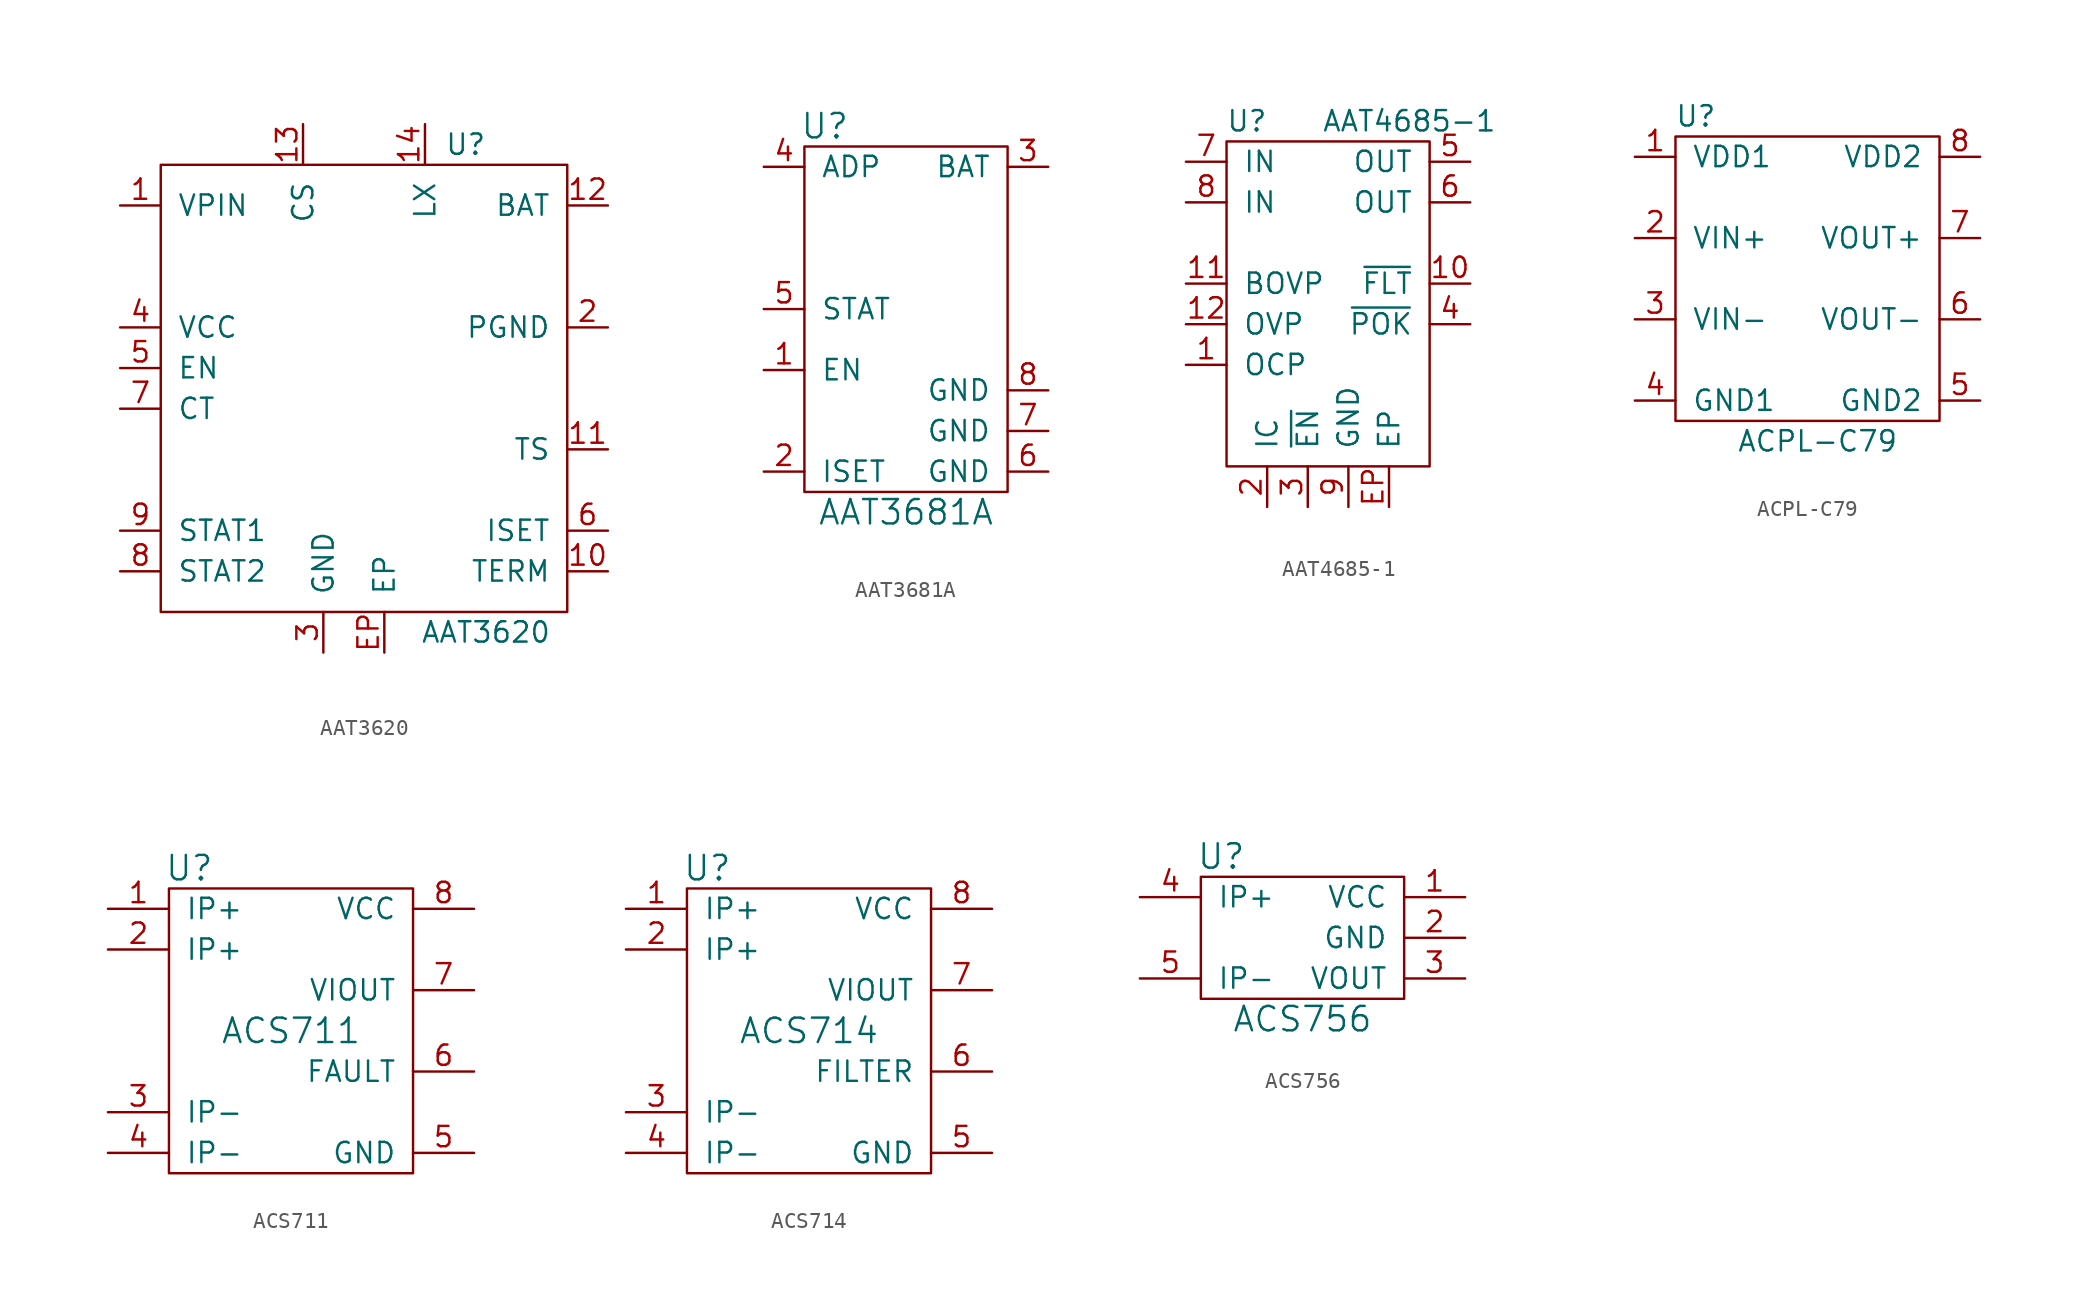
<source format=kicad_sym>
(kicad_symbol_lib
  (version 20211014)
  (generator kicad_symbol_editor)
  (symbol "AAT3620"
    (pin_names
      (offset 1.016))
    (property "Reference" "U"
      (at 6.35 15.24 0)
      (effects (font (size 1.27 1.27))))
    (property "Value" "AAT3620"
      (at 7.62 -15.24 0)
      (effects (font (size 1.27 1.27))))
    (symbol "AAT3620_0_1"
      (rectangle (start -12.7 13.97) (end 12.7 -13.97) (stroke (width 0) (type default) (color 0 0 0 0)) (fill (type none))))
    (symbol "AAT3620_1_1"
      (pin passive line (at -15.24 11.43 0) (length 2.54) (name "VPIN" (effects (font (size 1.27 1.27)))) (number "1" (effects (font (size 1.27 1.27)))))
      (pin passive line (at 15.24 -11.43 180) (length 2.54) (name "TERM" (effects (font (size 1.27 1.27)))) (number "10" (effects (font (size 1.27 1.27)))))
      (pin passive line (at 15.24 -3.81 180) (length 2.54) (name "TS" (effects (font (size 1.27 1.27)))) (number "11" (effects (font (size 1.27 1.27)))))
      (pin passive line (at 15.24 11.43 180) (length 2.54) (name "BAT" (effects (font (size 1.27 1.27)))) (number "12" (effects (font (size 1.27 1.27)))))
      (pin passive line (at -3.81 16.51 270) (length 2.54) (name "CS" (effects (font (size 1.27 1.27)))) (number "13" (effects (font (size 1.27 1.27)))))
      (pin passive line (at 3.81 16.51 270) (length 2.54) (name "LX" (effects (font (size 1.27 1.27)))) (number "14" (effects (font (size 1.27 1.27)))))
      (pin passive line (at 15.24 3.81 180) (length 2.54) (name "PGND" (effects (font (size 1.27 1.27)))) (number "2" (effects (font (size 1.27 1.27)))))
      (pin passive line (at -2.54 -16.51 90) (length 2.54) (name "GND" (effects (font (size 1.27 1.27)))) (number "3" (effects (font (size 1.27 1.27)))))
      (pin passive line (at -15.24 3.81 0) (length 2.54) (name "VCC" (effects (font (size 1.27 1.27)))) (number "4" (effects (font (size 1.27 1.27)))))
      (pin passive line (at -15.24 1.27 0) (length 2.54) (name "EN" (effects (font (size 1.27 1.27)))) (number "5" (effects (font (size 1.27 1.27)))))
      (pin passive line (at 15.24 -8.89 180) (length 2.54) (name "ISET" (effects (font (size 1.27 1.27)))) (number "6" (effects (font (size 1.27 1.27)))))
      (pin passive line (at -15.24 -1.27 0) (length 2.54) (name "CT" (effects (font (size 1.27 1.27)))) (number "7" (effects (font (size 1.27 1.27)))))
      (pin passive line (at -15.24 -11.43 0) (length 2.54) (name "STAT2" (effects (font (size 1.27 1.27)))) (number "8" (effects (font (size 1.27 1.27)))))
      (pin passive line (at -15.24 -8.89 0) (length 2.54) (name "STAT1" (effects (font (size 1.27 1.27)))) (number "9" (effects (font (size 1.27 1.27)))))
      (pin input line (at 1.27 -16.51 90) (length 2.54) (name "EP" (effects (font (size 1.27 1.27)))) (number "EP" (effects (font (size 1.27 1.27)))))))
  (symbol "AAT3681A"
    (pin_names
      (offset 1.016))
    (property "Reference" "U"
      (at -5.08 11.43 0)
      (effects (font (size 1.524 1.524))))
    (property "Value" "AAT3681A"
      (at 0 -12.7 0)
      (effects (font (size 1.524 1.524))))
    (property "Footprint" ""
      (at 0 0 0)
      (effects (font (size 1.524 1.524))))
    (property "Datasheet" ""
      (at 0 0 0)
      (effects (font (size 1.524 1.524))))
    (symbol "AAT3681A_0_1"
      (rectangle (start -6.35 10.16) (end 6.35 -11.43) (stroke (width 0) (type default) (color 0 0 0 0)) (fill (type none))))
    (symbol "AAT3681A_1_1"
      (pin passive line (at -8.89 -3.81 0) (length 2.54) (name "EN" (effects (font (size 1.27 1.27)))) (number "1" (effects (font (size 1.27 1.27)))))
      (pin passive line (at -8.89 -10.16 0) (length 2.54) (name "ISET" (effects (font (size 1.27 1.27)))) (number "2" (effects (font (size 1.27 1.27)))))
      (pin passive line (at 8.89 8.89 180) (length 2.54) (name "BAT" (effects (font (size 1.27 1.27)))) (number "3" (effects (font (size 1.27 1.27)))))
      (pin input line (at -8.89 8.89 0) (length 2.54) (name "ADP" (effects (font (size 1.27 1.27)))) (number "4" (effects (font (size 1.27 1.27)))))
      (pin passive line (at -8.89 0 0) (length 2.54) (name "STAT" (effects (font (size 1.27 1.27)))) (number "5" (effects (font (size 1.27 1.27)))))
      (pin passive line (at 8.89 -10.16 180) (length 2.54) (name "GND" (effects (font (size 1.27 1.27)))) (number "6" (effects (font (size 1.27 1.27)))))
      (pin passive line (at 8.89 -7.62 180) (length 2.54) (name "GND" (effects (font (size 1.27 1.27)))) (number "7" (effects (font (size 1.27 1.27)))))
      (pin passive line (at 8.89 -5.08 180) (length 2.54) (name "GND" (effects (font (size 1.27 1.27)))) (number "8" (effects (font (size 1.27 1.27)))))))
  (symbol "AAT4685-1"
    (pin_names
      (offset 1.016))
    (property "Reference" "U"
      (at -5.08 11.43 0)
      (effects (font (size 1.27 1.27))))
    (property "Value" "AAT4685-1"
      (at 5.08 11.43 0)
      (effects (font (size 1.27 1.27))))
    (symbol "AAT4685-1_0_1"
      (rectangle (start -6.35 10.16) (end 6.35 -10.16) (stroke (width 0) (type default) (color 0 0 0 0)) (fill (type none))))
    (symbol "AAT4685-1_1_1"
      (pin passive line (at -8.89 -3.81 0) (length 2.54) (name "OCP" (effects (font (size 1.27 1.27)))) (number "1" (effects (font (size 1.27 1.27)))))
      (pin passive line (at 8.89 1.27 180) (length 2.54) (name "~{FLT}" (effects (font (size 1.27 1.27)))) (number "10" (effects (font (size 1.27 1.27)))))
      (pin passive line (at -8.89 1.27 0) (length 2.54) (name "BOVP" (effects (font (size 1.27 1.27)))) (number "11" (effects (font (size 1.27 1.27)))))
      (pin passive line (at -8.89 -1.27 0) (length 2.54) (name "OVP" (effects (font (size 1.27 1.27)))) (number "12" (effects (font (size 1.27 1.27)))))
      (pin passive line (at -3.81 -12.7 90) (length 2.54) (name "IC" (effects (font (size 1.27 1.27)))) (number "2" (effects (font (size 1.27 1.27)))))
      (pin passive line (at -1.27 -12.7 90) (length 2.54) (name "~{EN}" (effects (font (size 1.27 1.27)))) (number "3" (effects (font (size 1.27 1.27)))))
      (pin passive line (at 8.89 -1.27 180) (length 2.54) (name "~{POK}" (effects (font (size 1.27 1.27)))) (number "4" (effects (font (size 1.27 1.27)))))
      (pin passive line (at 8.89 8.89 180) (length 2.54) (name "OUT" (effects (font (size 1.27 1.27)))) (number "5" (effects (font (size 1.27 1.27)))))
      (pin passive line (at 8.89 6.35 180) (length 2.54) (name "OUT" (effects (font (size 1.27 1.27)))) (number "6" (effects (font (size 1.27 1.27)))))
      (pin passive line (at -8.89 8.89 0) (length 2.54) (name "IN" (effects (font (size 1.27 1.27)))) (number "7" (effects (font (size 1.27 1.27)))))
      (pin passive line (at -8.89 6.35 0) (length 2.54) (name "IN" (effects (font (size 1.27 1.27)))) (number "8" (effects (font (size 1.27 1.27)))))
      (pin passive line (at 1.27 -12.7 90) (length 2.54) (name "GND" (effects (font (size 1.27 1.27)))) (number "9" (effects (font (size 1.27 1.27)))))
      (pin passive line (at 3.81 -12.7 90) (length 2.54) (name "EP" (effects (font (size 1.27 1.27)))) (number "EP" (effects (font (size 1.27 1.27)))))))
  (symbol "ACPL-C79"
    (pin_names
      (offset 1.016))
    (property "Reference" "U"
      (at -7.62 10.16 0)
      (effects (font (size 1.27 1.27))))
    (property "Value" "ACPL-C79"
      (at 0 -10.16 0)
      (effects (font (size 1.27 1.27))))
    (symbol "ACPL-C79_0_1"
      (rectangle (start -8.89 8.89) (end 7.62 -8.89) (stroke (width 0) (type default) (color 0 0 0 0)) (fill (type none))))
    (symbol "ACPL-C79_1_1"
      (pin passive line (at -11.43 7.62 0) (length 2.54) (name "VDD1" (effects (font (size 1.27 1.27)))) (number "1" (effects (font (size 1.27 1.27)))))
      (pin passive line (at -11.43 2.54 0) (length 2.54) (name "VIN+" (effects (font (size 1.27 1.27)))) (number "2" (effects (font (size 1.27 1.27)))))
      (pin passive line (at -11.43 -2.54 0) (length 2.54) (name "VIN-" (effects (font (size 1.27 1.27)))) (number "3" (effects (font (size 1.27 1.27)))))
      (pin passive line (at -11.43 -7.62 0) (length 2.54) (name "GND1" (effects (font (size 1.27 1.27)))) (number "4" (effects (font (size 1.27 1.27)))))
      (pin passive line (at 10.16 -7.62 180) (length 2.54) (name "GND2" (effects (font (size 1.27 1.27)))) (number "5" (effects (font (size 1.27 1.27)))))
      (pin passive line (at 10.16 -2.54 180) (length 2.54) (name "VOUT-" (effects (font (size 1.27 1.27)))) (number "6" (effects (font (size 1.27 1.27)))))
      (pin passive line (at 10.16 2.54 180) (length 2.54) (name "VOUT+" (effects (font (size 1.27 1.27)))) (number "7" (effects (font (size 1.27 1.27)))))
      (pin passive line (at 10.16 7.62 180) (length 2.54) (name "VDD2" (effects (font (size 1.27 1.27)))) (number "8" (effects (font (size 1.27 1.27)))))))
  (symbol "ACS711"
    (pin_names
      (offset 1.016))
    (property "Reference" "U"
      (at -6.35 10.16 0)
      (effects (font (size 1.524 1.524))))
    (property "Value" "ACS711"
      (at 0 0 0)
      (effects (font (size 1.524 1.524))))
    (property "Footprint" ""
      (at 0 0 0)
      (effects (font (size 1.524 1.524))))
    (property "Datasheet" ""
      (at 0 0 0)
      (effects (font (size 1.524 1.524))))
    (symbol "ACS711_0_1"
      (rectangle (start -7.62 8.89) (end 7.62 -8.89) (stroke (width 0) (type default) (color 0 0 0 0)) (fill (type none))))
    (symbol "ACS711_1_1"
      (pin passive line (at -11.43 7.62 0) (length 3.81) (name "IP+" (effects (font (size 1.27 1.27)))) (number "1" (effects (font (size 1.27 1.27)))))
      (pin passive line (at -11.43 5.08 0) (length 3.81) (name "IP+" (effects (font (size 1.27 1.27)))) (number "2" (effects (font (size 1.27 1.27)))))
      (pin passive line (at -11.43 -5.08 0) (length 3.81) (name "IP-" (effects (font (size 1.27 1.27)))) (number "3" (effects (font (size 1.27 1.27)))))
      (pin passive line (at -11.43 -7.62 0) (length 3.81) (name "IP-" (effects (font (size 1.27 1.27)))) (number "4" (effects (font (size 1.27 1.27)))))
      (pin passive line (at 11.43 -7.62 180) (length 3.81) (name "GND" (effects (font (size 1.27 1.27)))) (number "5" (effects (font (size 1.27 1.27)))))
      (pin passive line (at 11.43 -2.54 180) (length 3.81) (name "FAULT" (effects (font (size 1.27 1.27)))) (number "6" (effects (font (size 1.27 1.27)))))
      (pin passive line (at 11.43 2.54 180) (length 3.81) (name "VIOUT" (effects (font (size 1.27 1.27)))) (number "7" (effects (font (size 1.27 1.27)))))
      (pin passive line (at 11.43 7.62 180) (length 3.81) (name "VCC" (effects (font (size 1.27 1.27)))) (number "8" (effects (font (size 1.27 1.27)))))))
  (symbol "ACS714"
    (pin_names
      (offset 1.016))
    (property "Reference" "U"
      (at -6.35 10.16 0)
      (effects (font (size 1.524 1.524))))
    (property "Value" "ACS714"
      (at 0 0 0)
      (effects (font (size 1.524 1.524))))
    (property "Footprint" ""
      (at 0 0 0)
      (effects (font (size 1.524 1.524))))
    (property "Datasheet" ""
      (at 0 0 0)
      (effects (font (size 1.524 1.524))))
    (symbol "ACS714_0_1"
      (rectangle (start -7.62 8.89) (end 7.62 -8.89) (stroke (width 0) (type default) (color 0 0 0 0)) (fill (type none))))
    (symbol "ACS714_1_1"
      (pin passive line (at -11.43 7.62 0) (length 3.81) (name "IP+" (effects (font (size 1.27 1.27)))) (number "1" (effects (font (size 1.27 1.27)))))
      (pin passive line (at -11.43 5.08 0) (length 3.81) (name "IP+" (effects (font (size 1.27 1.27)))) (number "2" (effects (font (size 1.27 1.27)))))
      (pin passive line (at -11.43 -5.08 0) (length 3.81) (name "IP-" (effects (font (size 1.27 1.27)))) (number "3" (effects (font (size 1.27 1.27)))))
      (pin passive line (at -11.43 -7.62 0) (length 3.81) (name "IP-" (effects (font (size 1.27 1.27)))) (number "4" (effects (font (size 1.27 1.27)))))
      (pin passive line (at 11.43 -7.62 180) (length 3.81) (name "GND" (effects (font (size 1.27 1.27)))) (number "5" (effects (font (size 1.27 1.27)))))
      (pin passive line (at 11.43 -2.54 180) (length 3.81) (name "FILTER" (effects (font (size 1.27 1.27)))) (number "6" (effects (font (size 1.27 1.27)))))
      (pin passive line (at 11.43 2.54 180) (length 3.81) (name "VIOUT" (effects (font (size 1.27 1.27)))) (number "7" (effects (font (size 1.27 1.27)))))
      (pin passive line (at 11.43 7.62 180) (length 3.81) (name "VCC" (effects (font (size 1.27 1.27)))) (number "8" (effects (font (size 1.27 1.27)))))))
  (symbol "ACS756"
    (pin_names
      (offset 1.016))
    (property "Reference" "U"
      (at -5.08 11.43 0)
      (effects (font (size 1.524 1.524))))
    (property "Value" "ACS756"
      (at 0 1.27 0)
      (effects (font (size 1.524 1.524))))
    (property "Footprint" ""
      (at 0 0 0)
      (effects (font (size 1.524 1.524))))
    (property "Datasheet" ""
      (at 0 0 0)
      (effects (font (size 1.524 1.524))))
    (symbol "ACS756_0_1"
      (rectangle (start -6.35 10.16) (end 6.35 2.54) (stroke (width 0) (type default) (color 0 0 0 0)) (fill (type none))))
    (symbol "ACS756_1_1"
      (pin passive line (at 10.16 8.89 180) (length 3.81) (name "VCC" (effects (font (size 1.27 1.27)))) (number "1" (effects (font (size 1.27 1.27)))))
      (pin passive line (at 10.16 6.35 180) (length 3.81) (name "GND" (effects (font (size 1.27 1.27)))) (number "2" (effects (font (size 1.27 1.27)))))
      (pin passive line (at 10.16 3.81 180) (length 3.81) (name "VOUT" (effects (font (size 1.27 1.27)))) (number "3" (effects (font (size 1.27 1.27)))))
      (pin passive line (at -10.16 8.89 0) (length 3.81) (name "IP+" (effects (font (size 1.27 1.27)))) (number "4" (effects (font (size 1.27 1.27)))))
      (pin passive line (at -10.16 3.81 0) (length 3.81) (name "IP-" (effects (font (size 1.27 1.27)))) (number "5" (effects (font (size 1.27 1.27))))))))
</source>
